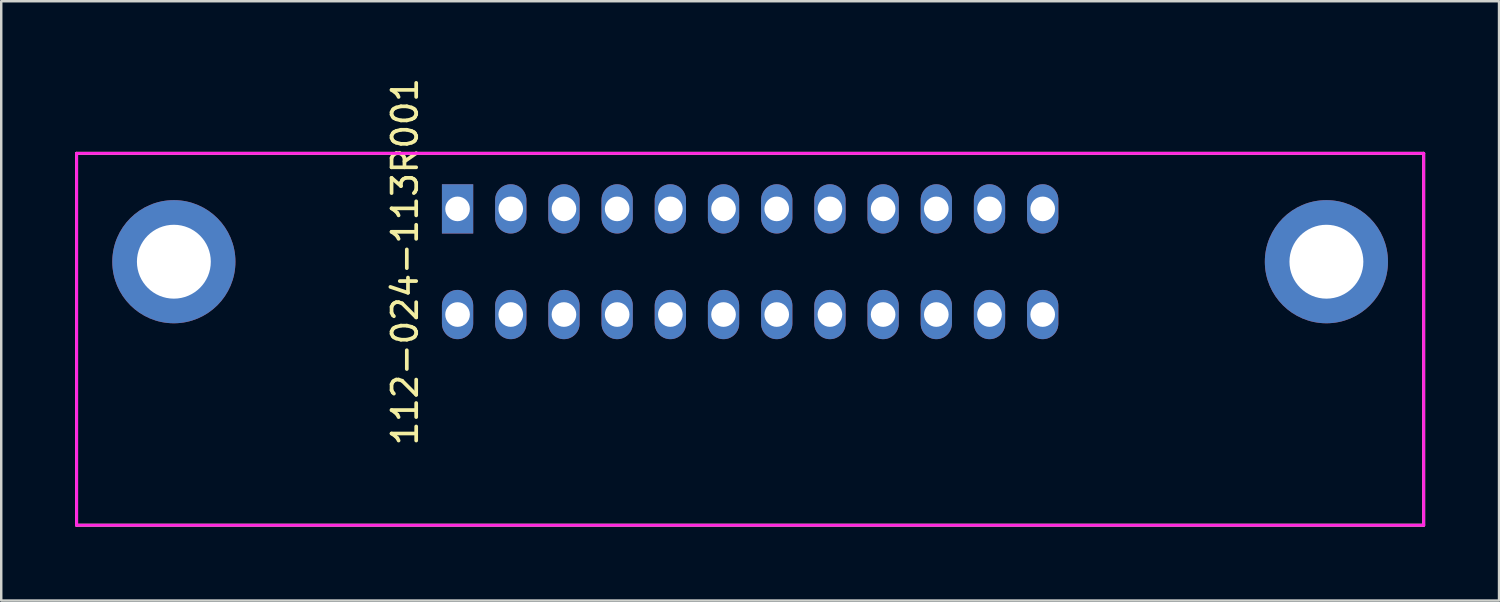
<source format=kicad_pcb>
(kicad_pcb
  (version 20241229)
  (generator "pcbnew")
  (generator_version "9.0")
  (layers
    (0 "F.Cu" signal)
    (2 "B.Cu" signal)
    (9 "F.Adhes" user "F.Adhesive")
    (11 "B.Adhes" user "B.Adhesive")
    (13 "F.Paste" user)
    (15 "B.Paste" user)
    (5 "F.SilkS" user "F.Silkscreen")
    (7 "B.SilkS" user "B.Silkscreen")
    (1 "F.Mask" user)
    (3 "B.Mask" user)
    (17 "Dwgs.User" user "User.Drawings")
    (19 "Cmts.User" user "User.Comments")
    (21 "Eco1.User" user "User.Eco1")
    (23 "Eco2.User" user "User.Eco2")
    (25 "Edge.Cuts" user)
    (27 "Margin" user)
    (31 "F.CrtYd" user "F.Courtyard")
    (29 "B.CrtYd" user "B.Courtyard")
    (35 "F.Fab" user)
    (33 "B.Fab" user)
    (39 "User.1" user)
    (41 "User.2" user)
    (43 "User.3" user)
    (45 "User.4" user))
  (footprint "112-024-113R001"
    (layer "F.Cu")
    (at 27.41 7.577)
    (property "Reference" "112-024-113R001" (at -14.015 0 90) (layer "F.SilkS") (effects (font (size 1 1) (thickness 0.15))))
    (attr through_hole)
    (fp_line (start -27.35 10.7) (end -27.35 -4.4) (stroke (width 0.12) (type solid)) (layer "F.SilkS"))
    (fp_line (start -27.35 10.7) (end 27.35 10.7) (stroke (width 0.12) (type solid)) (layer "F.SilkS"))
    (fp_line (start 27.35 -4.4) (end -27.35 -4.4) (stroke (width 0.12) (type solid)) (layer "F.SilkS"))
    (fp_line (start 27.35 10.7) (end 27.35 -4.4) (stroke (width 0.12) (type solid)) (layer "F.SilkS"))
    (fp_line (start -27.35 -4.4) (end -27.35 10.7) (stroke (width 0.12) (type solid)) (layer "F.CrtYd"))
    (fp_line (start -27.35 -4.4) (end 27.35 -4.4) (stroke (width 0.12) (type solid)) (layer "F.CrtYd"))
    (fp_line (start 27.35 -4.4) (end 27.35 10.7) (stroke (width 0.12) (type solid)) (layer "F.CrtYd"))
    (fp_line (start 27.35 10.7) (end -27.35 10.7) (stroke (width 0.12) (type solid)) (layer "F.CrtYd"))
    (pad "1" thru_hole rect (at -11.88 -2.145) (size 1.27 2) (drill 1) (layers "*.Cu" "*.Mask"))
    (pad "2" thru_hole oval (at -9.72 -2.145) (size 1.27 2) (drill 1) (layers "*.Cu" "*.Mask"))
    (pad "3" thru_hole oval (at -7.56 -2.145) (size 1.27 2) (drill 1) (layers "*.Cu" "*.Mask"))
    (pad "4" thru_hole oval (at -5.4 -2.145) (size 1.27 2) (drill 1) (layers "*.Cu" "*.Mask"))
    (pad "5" thru_hole oval (at -3.24 -2.145) (size 1.27 2) (drill 1) (layers "*.Cu" "*.Mask"))
    (pad "6" thru_hole oval (at -1.08 -2.145) (size 1.27 2) (drill 1) (layers "*.Cu" "*.Mask"))
    (pad "7" thru_hole oval (at 1.08 -2.145) (size 1.27 2) (drill 1) (layers "*.Cu" "*.Mask"))
    (pad "8" thru_hole oval (at 3.24 -2.145) (size 1.27 2) (drill 1) (layers "*.Cu" "*.Mask"))
    (pad "9" thru_hole oval (at 5.4 -2.145) (size 1.27 2) (drill 1) (layers "*.Cu" "*.Mask"))
    (pad "10" thru_hole oval (at 7.56 -2.145) (size 1.27 2) (drill 1) (layers "*.Cu" "*.Mask"))
    (pad "11" thru_hole oval (at 9.72 -2.145) (size 1.27 2) (drill 1) (layers "*.Cu" "*.Mask"))
    (pad "12" thru_hole oval (at 11.88 -2.145) (size 1.27 2) (drill 1) (layers "*.Cu" "*.Mask"))
    (pad "13" thru_hole oval (at -11.88 2.145) (size 1.27 2) (drill 1) (layers "*.Cu" "*.Mask"))
    (pad "14" thru_hole oval (at -9.72 2.145) (size 1.27 2) (drill 1) (layers "*.Cu" "*.Mask"))
    (pad "15" thru_hole oval (at -7.56 2.145) (size 1.27 2) (drill 1) (layers "*.Cu" "*.Mask"))
    (pad "16" thru_hole oval (at -5.4 2.145) (size 1.27 2) (drill 1) (layers "*.Cu" "*.Mask"))
    (pad "17" thru_hole oval (at -3.24 2.145) (size 1.27 2) (drill 1) (layers "*.Cu" "*.Mask"))
    (pad "18" thru_hole oval (at -1.08 2.145) (size 1.27 2) (drill 1) (layers "*.Cu" "*.Mask"))
    (pad "19" thru_hole oval (at 1.08 2.145) (size 1.27 2) (drill 1) (layers "*.Cu" "*.Mask"))
    (pad "20" thru_hole oval (at 3.24 2.145) (size 1.27 2) (drill 1) (layers "*.Cu" "*.Mask"))
    (pad "21" thru_hole oval (at 5.4 2.145) (size 1.27 2) (drill 1) (layers "*.Cu" "*.Mask"))
    (pad "22" thru_hole oval (at 7.56 2.145) (size 1.27 2) (drill 1) (layers "*.Cu" "*.Mask"))
    (pad "23" thru_hole oval (at 9.72 2.145) (size 1.27 2) (drill 1) (layers "*.Cu" "*.Mask"))
    (pad "24" thru_hole oval (at 11.88 2.145) (size 1.27 2) (drill 1) (layers "*.Cu" "*.Mask"))
    (pad "G" thru_hole circle (at -23.4 0) (size 5 5) (drill 3) (layers "*.Cu" "*.Mask"))
    (pad "G" thru_hole circle (at 23.4 0) (size 5 5) (drill 3) (layers "*.Cu" "*.Mask")))
  (gr_rect
    (start -3 -3)
    (end 57.82 21.337)
    (stroke (width 0.1) (type default))
    (fill no)
    (layer "Edge.Cuts")))
</source>
